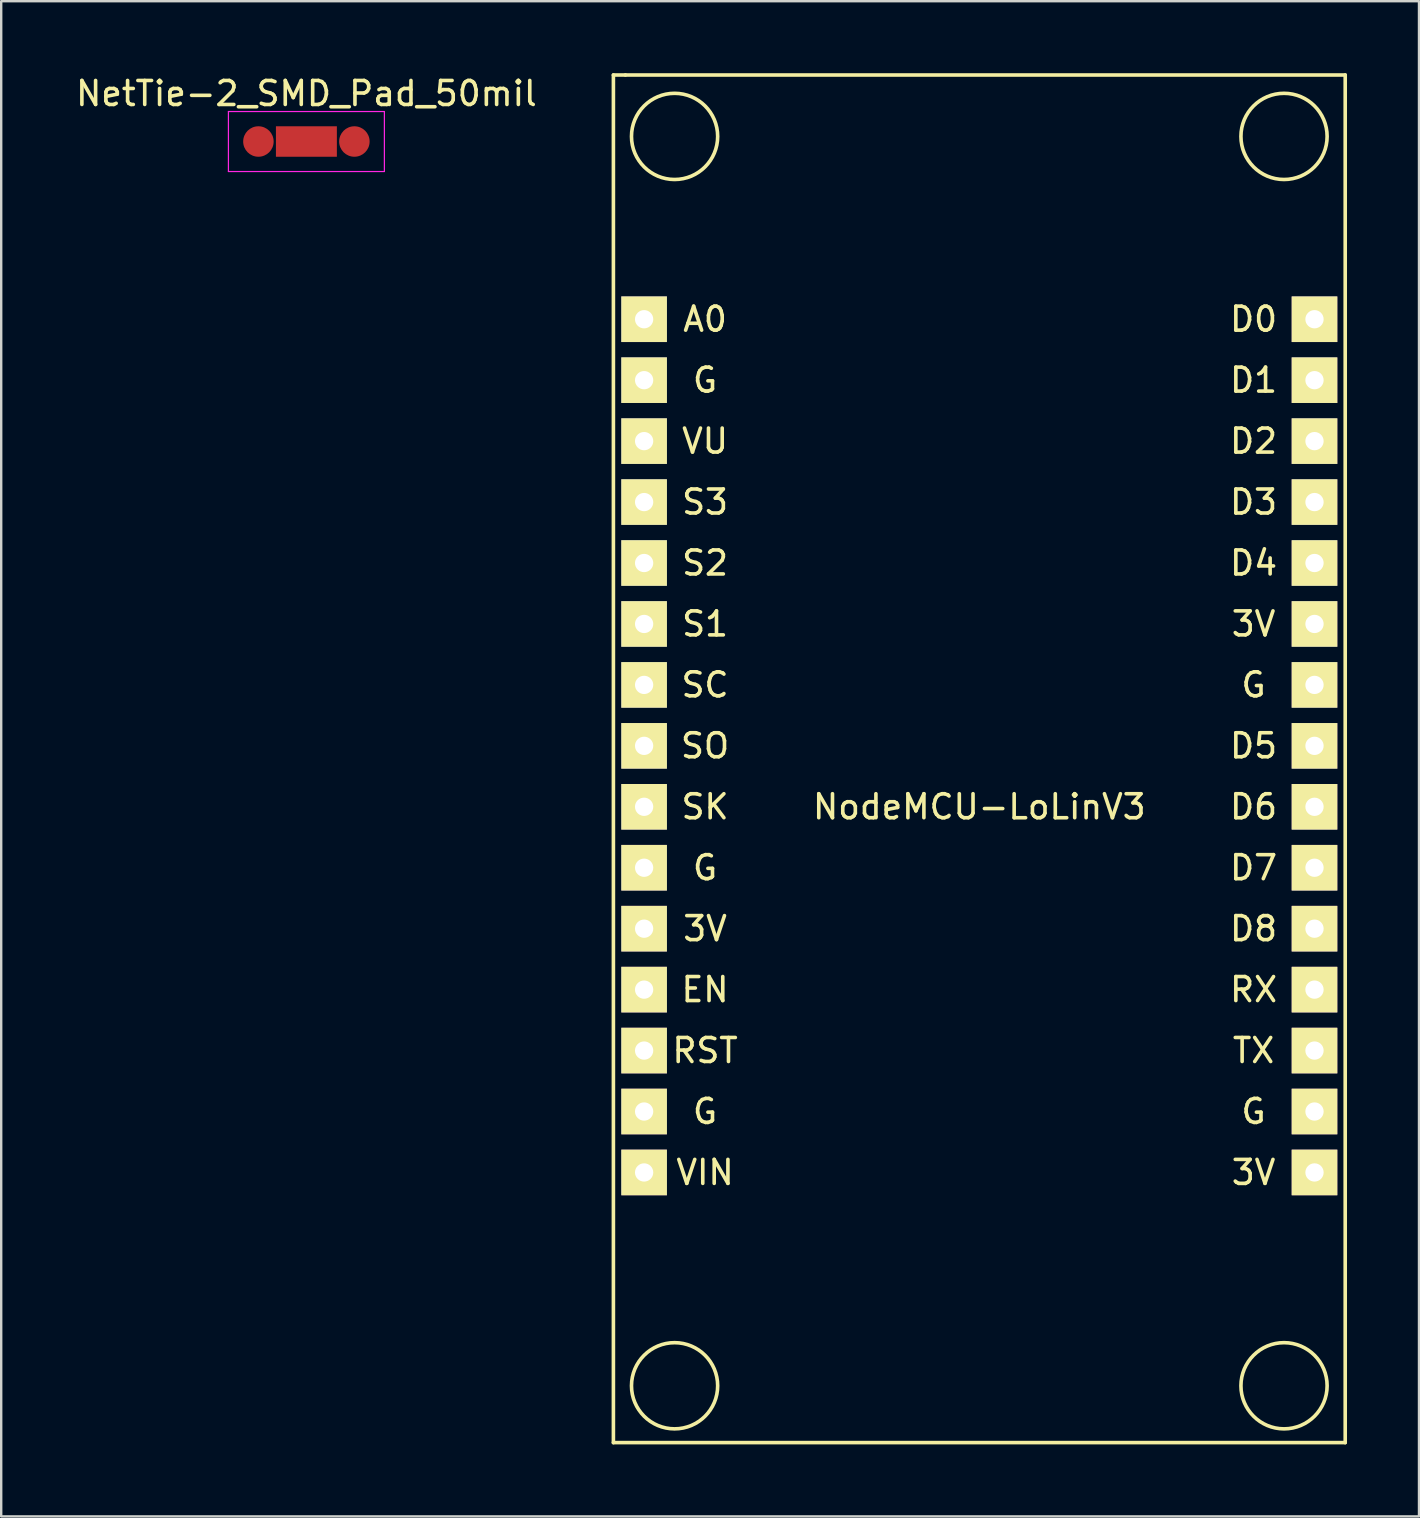
<source format=kicad_pcb>
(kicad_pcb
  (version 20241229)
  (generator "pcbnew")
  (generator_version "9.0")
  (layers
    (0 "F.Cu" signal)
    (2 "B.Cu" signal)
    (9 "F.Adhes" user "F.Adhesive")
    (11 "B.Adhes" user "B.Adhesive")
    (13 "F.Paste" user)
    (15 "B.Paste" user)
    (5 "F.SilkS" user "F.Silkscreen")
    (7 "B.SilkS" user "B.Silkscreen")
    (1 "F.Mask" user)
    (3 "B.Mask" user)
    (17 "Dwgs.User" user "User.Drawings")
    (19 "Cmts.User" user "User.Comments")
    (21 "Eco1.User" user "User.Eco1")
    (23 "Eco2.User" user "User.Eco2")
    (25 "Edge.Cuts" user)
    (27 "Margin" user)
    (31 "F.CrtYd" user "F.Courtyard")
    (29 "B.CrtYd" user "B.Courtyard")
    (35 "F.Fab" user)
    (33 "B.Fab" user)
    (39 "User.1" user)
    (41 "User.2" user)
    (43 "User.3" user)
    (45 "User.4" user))
  (footprint "NodeMCU-LoLinV3"
    (layer "F.Cu")
    (at 37.765 30.575)
    (property "Reference" "NodeMCU-LoLinV3" (at 0 0 0) (layer "F.SilkS") (effects (font (size 1 1) (thickness 0.15))))
    (attr through_hole)
    (fp_line (start -15.25 -30.5) (end -15.25 26.5) (stroke (width 0.15) (type solid)) (layer "F.SilkS"))
    (fp_line (start -15.25 26.5) (end 15.25 26.5) (stroke (width 0.15) (type solid)) (layer "F.SilkS"))
    (fp_line (start -14.75 -30.5) (end -15.25 -30.5) (stroke (width 0.15) (type solid)) (layer "F.SilkS"))
    (fp_line (start 15.25 -30.5) (end -14.75 -30.5) (stroke (width 0.15) (type solid)) (layer "F.SilkS"))
    (fp_line (start 15.25 26.5) (end 15.25 -30.5) (stroke (width 0.15) (type solid)) (layer "F.SilkS"))
    (fp_circle (center -12.7 -27.94) (end -11.43 -29.21) (stroke (width 0.15) (type solid)) (fill no) (layer "F.SilkS"))
    (fp_circle (center -12.7 24.13) (end -11.43 22.86) (stroke (width 0.15) (type solid)) (fill no) (layer "F.SilkS"))
    (fp_circle (center 12.7 -27.94) (end 13.97 -29.21) (stroke (width 0.15) (type solid)) (fill no) (layer "F.SilkS"))
    (fp_circle (center 12.7 24.13) (end 13.97 22.86) (stroke (width 0.15) (type solid)) (fill no) (layer "F.SilkS"))
    (fp_text user "VU" (at -11.43 -15.24 0) (layer "F.SilkS") (effects (font (size 1 1) (thickness 0.15))))
    (fp_text user "S1" (at -11.43 -7.62 0) (layer "F.SilkS") (effects (font (size 1 1) (thickness 0.15))))
    (fp_text user "D3" (at 11.43 -12.7 0) (layer "F.SilkS") (effects (font (size 1 1) (thickness 0.15))))
    (fp_text user "RST" (at -11.43 10.16 0) (layer "F.SilkS") (effects (font (size 1 1) (thickness 0.15))))
    (fp_text user "S3" (at -11.43 -12.7 0) (layer "F.SilkS") (effects (font (size 1 1) (thickness 0.15))))
    (fp_text user "VIN" (at -11.43 15.24 0) (layer "F.SilkS") (effects (font (size 1 1) (thickness 0.15))))
    (fp_text user "TX" (at 11.43 10.16 0) (layer "F.SilkS") (effects (font (size 1 1) (thickness 0.15))))
    (fp_text user "G" (at -11.43 2.54 0) (layer "F.SilkS") (effects (font (size 1 1) (thickness 0.15))))
    (fp_text user "D6" (at 11.43 0 0) (layer "F.SilkS") (effects (font (size 1 1) (thickness 0.15))))
    (fp_text user "SC" (at -11.43 -5.08 0) (layer "F.SilkS") (effects (font (size 1 1) (thickness 0.15))))
    (fp_text user "SO" (at -11.43 -2.54 0) (layer "F.SilkS") (effects (font (size 1 1) (thickness 0.15))))
    (fp_text user "D1" (at 11.43 -17.78 0) (layer "F.SilkS") (effects (font (size 1 1) (thickness 0.15))))
    (fp_text user "SK" (at -11.43 0 0) (layer "F.SilkS") (effects (font (size 1 1) (thickness 0.15))))
    (fp_text user "G" (at -11.43 -17.78 0) (layer "F.SilkS") (effects (font (size 1 1) (thickness 0.15))))
    (fp_text user "3V" (at -11.43 5.08 0) (layer "F.SilkS") (effects (font (size 1 1) (thickness 0.15))))
    (fp_text user "G" (at -11.43 12.7 0) (layer "F.SilkS") (effects (font (size 1 1) (thickness 0.15))))
    (fp_text user "G" (at 11.43 12.7 0) (layer "F.SilkS") (effects (font (size 1 1) (thickness 0.15))))
    (fp_text user "D2" (at 11.43 -15.24 0) (layer "F.SilkS") (effects (font (size 1 1) (thickness 0.15))))
    (fp_text user "D0" (at 11.43 -20.32 0) (layer "F.SilkS") (effects (font (size 1 1) (thickness 0.15))))
    (fp_text user "RX" (at 11.43 7.62 0) (layer "F.SilkS") (effects (font (size 1 1) (thickness 0.15))))
    (fp_text user "D5" (at 11.43 -2.54 0) (layer "F.SilkS") (effects (font (size 1 1) (thickness 0.15))))
    (fp_text user "D7" (at 11.43 2.54 0) (layer "F.SilkS") (effects (font (size 1 1) (thickness 0.15))))
    (fp_text user "D8" (at 11.43 5.08 0) (layer "F.SilkS") (effects (font (size 1 1) (thickness 0.15))))
    (fp_text user "3V" (at 11.43 -7.62 0) (layer "F.SilkS") (effects (font (size 1 1) (thickness 0.15))))
    (fp_text user "S2" (at -11.43 -10.16 0) (layer "F.SilkS") (effects (font (size 1 1) (thickness 0.15))))
    (fp_text user "3V" (at 11.43 15.24 0) (layer "F.SilkS") (effects (font (size 1 1) (thickness 0.15))))
    (fp_text user "D4" (at 11.43 -10.16 0) (layer "F.SilkS") (effects (font (size 1 1) (thickness 0.15))))
    (fp_text user "A0" (at -11.43 -20.32 0) (layer "F.SilkS") (effects (font (size 1 1) (thickness 0.15))))
    (fp_text user "EN" (at -11.43 7.62 0) (layer "F.SilkS") (effects (font (size 1 1) (thickness 0.15))))
    (fp_text user "G" (at 11.43 -5.08 0) (layer "F.SilkS") (effects (font (size 1 1) (thickness 0.15))))
    (pad "1" thru_hole rect (at -13.97 -20.32) (size 1.9 1.9) (drill 0.762) (layers "*.Cu" "*.Mask" "F.SilkS"))
    (pad "2" thru_hole rect (at -13.97 -17.78) (size 1.9 1.9) (drill 0.762) (layers "*.Cu" "*.Mask" "F.SilkS"))
    (pad "3" thru_hole rect (at -13.97 -15.24) (size 1.9 1.9) (drill 0.762) (layers "*.Cu" "*.Mask" "F.SilkS"))
    (pad "4" thru_hole rect (at -13.97 -12.7) (size 1.9 1.9) (drill 0.762) (layers "*.Cu" "*.Mask" "F.SilkS"))
    (pad "5" thru_hole rect (at -13.97 -10.16) (size 1.9 1.9) (drill 0.762) (layers "*.Cu" "*.Mask" "F.SilkS"))
    (pad "6" thru_hole rect (at -13.97 -7.62) (size 1.9 1.9) (drill 0.762) (layers "*.Cu" "*.Mask" "F.SilkS"))
    (pad "7" thru_hole rect (at -13.97 -5.08) (size 1.9 1.9) (drill 0.762) (layers "*.Cu" "*.Mask" "F.SilkS"))
    (pad "8" thru_hole rect (at -13.97 -2.54) (size 1.9 1.9) (drill 0.762) (layers "*.Cu" "*.Mask" "F.SilkS"))
    (pad "9" thru_hole rect (at -13.97 0) (size 1.9 1.9) (drill 0.762) (layers "*.Cu" "*.Mask" "F.SilkS"))
    (pad "10" thru_hole rect (at -13.97 2.54) (size 1.9 1.9) (drill 0.762) (layers "*.Cu" "*.Mask" "F.SilkS"))
    (pad "11" thru_hole rect (at -13.97 5.08) (size 1.9 1.9) (drill 0.762) (layers "*.Cu" "*.Mask" "F.SilkS"))
    (pad "12" thru_hole rect (at -13.97 7.62) (size 1.9 1.9) (drill 0.762) (layers "*.Cu" "*.Mask" "F.SilkS"))
    (pad "13" thru_hole rect (at -13.97 10.16) (size 1.9 1.9) (drill 0.762) (layers "*.Cu" "*.Mask" "F.SilkS"))
    (pad "14" thru_hole rect (at -13.97 12.7) (size 1.9 1.9) (drill 0.762) (layers "*.Cu" "*.Mask" "F.SilkS"))
    (pad "15" thru_hole rect (at -13.97 15.24) (size 1.9 1.9) (drill 0.762) (layers "*.Cu" "*.Mask" "F.SilkS"))
    (pad "16" thru_hole rect (at 13.97 15.24) (size 1.9 1.9) (drill 0.762) (layers "*.Cu" "*.Mask" "F.SilkS"))
    (pad "17" thru_hole rect (at 13.97 12.7) (size 1.9 1.9) (drill 0.762) (layers "*.Cu" "*.Mask" "F.SilkS"))
    (pad "18" thru_hole rect (at 13.97 10.16) (size 1.9 1.9) (drill 0.762) (layers "*.Cu" "*.Mask" "F.SilkS"))
    (pad "19" thru_hole rect (at 13.97 7.62) (size 1.9 1.9) (drill 0.762) (layers "*.Cu" "*.Mask" "F.SilkS"))
    (pad "20" thru_hole rect (at 13.97 5.08) (size 1.9 1.9) (drill 0.762) (layers "*.Cu" "*.Mask" "F.SilkS"))
    (pad "21" thru_hole rect (at 13.97 2.54) (size 1.9 1.9) (drill 0.762) (layers "*.Cu" "*.Mask" "F.SilkS"))
    (pad "22" thru_hole rect (at 13.97 0) (size 1.9 1.9) (drill 0.762) (layers "*.Cu" "*.Mask" "F.SilkS"))
    (pad "23" thru_hole rect (at 13.97 -2.54) (size 1.9 1.9) (drill 0.762) (layers "*.Cu" "*.Mask" "F.SilkS"))
    (pad "24" thru_hole rect (at 13.97 -5.08) (size 1.9 1.9) (drill 0.762) (layers "*.Cu" "*.Mask" "F.SilkS"))
    (pad "25" thru_hole rect (at 13.97 -7.62) (size 1.9 1.9) (drill 0.762) (layers "*.Cu" "*.Mask" "F.SilkS"))
    (pad "26" thru_hole rect (at 13.97 -10.16) (size 1.9 1.9) (drill 0.762) (layers "*.Cu" "*.Mask" "F.SilkS"))
    (pad "27" thru_hole rect (at 13.97 -12.7) (size 1.9 1.9) (drill 0.762) (layers "*.Cu" "*.Mask" "F.SilkS"))
    (pad "28" thru_hole rect (at 13.97 -15.24) (size 1.9 1.9) (drill 0.762) (layers "*.Cu" "*.Mask" "F.SilkS"))
    (pad "29" thru_hole rect (at 13.97 -17.78) (size 1.9 1.9) (drill 0.762) (layers "*.Cu" "*.Mask" "F.SilkS"))
    (pad "30" thru_hole rect (at 13.97 -20.32) (size 1.9 1.9) (drill 0.762) (layers "*.Cu" "*.Mask" "F.SilkS")))
  (footprint "NetTie-2_SMD_Pad_50mil"
    (layer "F.Cu")
    (at 9.72 2.848)
    (property "Reference" "NetTie-2_SMD_Pad_50mil" (at 0 -2 0) (layer "F.SilkS") (effects (font (size 1 1) (thickness 0.15))))
    (attr exclude_from_pos_files exclude_from_bom)
    (fp_poly (pts (xy -1.27 -0.635) (xy 1.27 -0.635) (xy 1.27 0.635) (xy -1.27 0.635)) (stroke (width 0) (type solid)) (fill yes) (layer "F.Cu"))
    (fp_line (start -3.25 -1.25) (end 3.25 -1.25) (stroke (width 0.05) (type solid)) (layer "F.CrtYd"))
    (fp_line (start -3.25 1.25) (end -3.25 -1.25) (stroke (width 0.05) (type solid)) (layer "F.CrtYd"))
    (fp_line (start 3.25 -1.25) (end 3.25 1.25) (stroke (width 0.05) (type solid)) (layer "F.CrtYd"))
    (fp_line (start 3.25 1.25) (end -3.25 1.25) (stroke (width 0.05) (type solid)) (layer "F.CrtYd"))
    (pad "1" smd circle (at -2 0) (size 1.27 1.27) (layers "F.Cu"))
    (pad "2" smd circle (at 2 0) (size 1.27 1.27) (layers "F.Cu")))
  (gr_rect
    (start -3 -3)
    (end 56.09 60.15)
    (stroke (width 0.1) (type default))
    (fill no)
    (layer "Edge.Cuts")))
</source>
